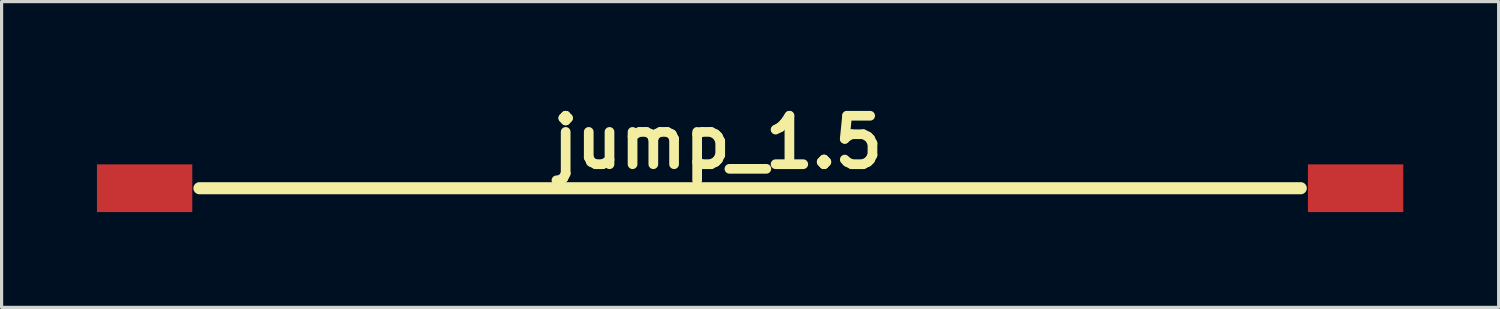
<source format=kicad_pcb>
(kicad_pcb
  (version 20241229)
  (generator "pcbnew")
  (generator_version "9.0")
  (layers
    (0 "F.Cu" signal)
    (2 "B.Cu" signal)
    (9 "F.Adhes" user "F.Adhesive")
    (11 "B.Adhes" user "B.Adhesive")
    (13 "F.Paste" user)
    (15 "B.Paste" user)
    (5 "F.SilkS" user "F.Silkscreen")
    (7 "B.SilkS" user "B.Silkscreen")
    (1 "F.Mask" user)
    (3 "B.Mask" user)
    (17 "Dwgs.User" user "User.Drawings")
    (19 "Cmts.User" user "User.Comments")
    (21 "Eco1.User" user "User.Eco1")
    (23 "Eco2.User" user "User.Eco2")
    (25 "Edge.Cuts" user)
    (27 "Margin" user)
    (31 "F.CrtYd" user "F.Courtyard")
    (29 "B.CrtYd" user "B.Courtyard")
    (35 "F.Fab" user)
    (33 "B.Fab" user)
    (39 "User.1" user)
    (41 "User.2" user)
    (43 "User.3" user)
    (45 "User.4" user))
  (footprint "jump_1.5"
    (layer "F.Cu")
    (at 20.55 2.872)
    (property "Reference" "jump_1.5" (at -1.013 -1.445 0) (layer "F.SilkS") (effects (font (size 1.524 1.524) (thickness 0.305))))
    (attr smd)
    (fp_line (start 17.325 0) (end -17.325 0) (stroke (width 0.381) (type solid)) (layer "F.SilkS"))
    (pad "1" smd rect (at -19.05 0) (size 3 1.501) (layers "F.Cu" "F.Mask" "F.Paste"))
    (pad "2" smd rect (at 19.05 0) (size 3 1.501) (layers "F.Cu" "F.Mask" "F.Paste")))
  (gr_rect
    (start -3 -3)
    (end 44.1 6.622)
    (stroke (width 0.1) (type default))
    (fill no)
    (layer "Edge.Cuts")))
</source>
